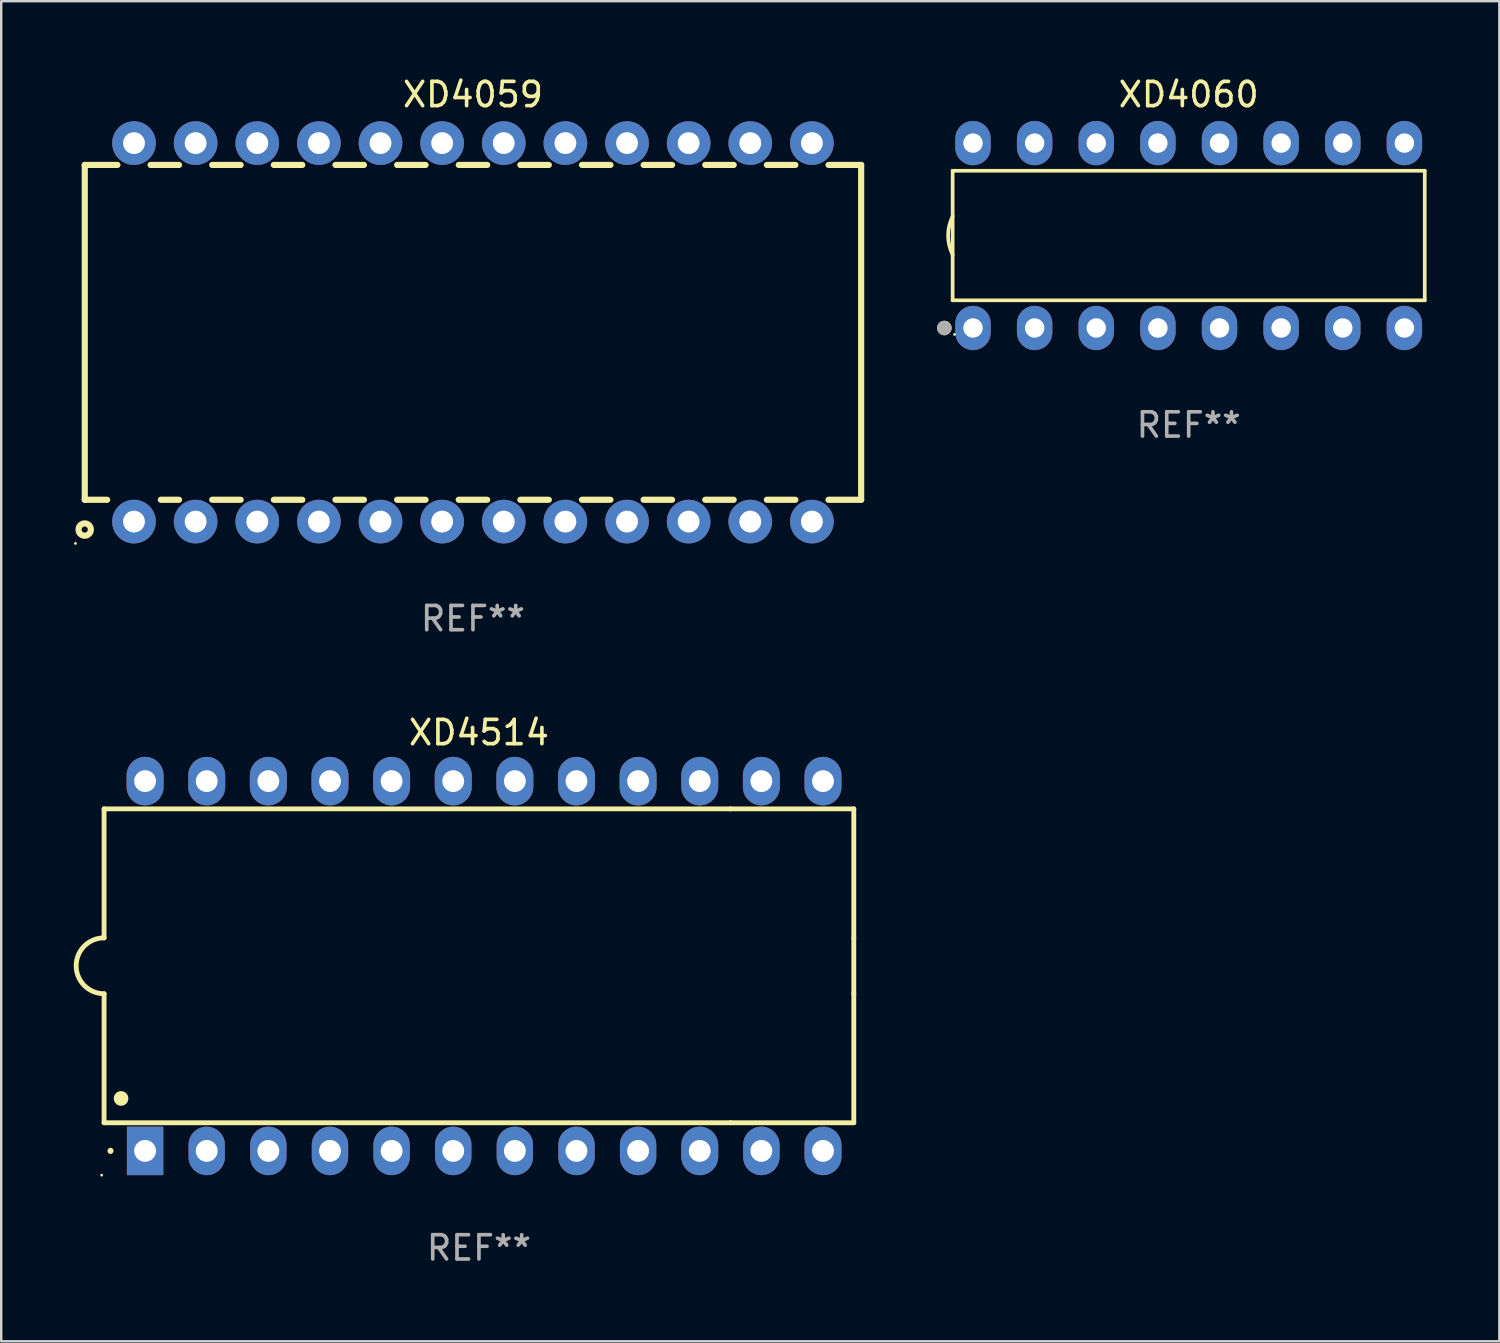
<source format=kicad_pcb>
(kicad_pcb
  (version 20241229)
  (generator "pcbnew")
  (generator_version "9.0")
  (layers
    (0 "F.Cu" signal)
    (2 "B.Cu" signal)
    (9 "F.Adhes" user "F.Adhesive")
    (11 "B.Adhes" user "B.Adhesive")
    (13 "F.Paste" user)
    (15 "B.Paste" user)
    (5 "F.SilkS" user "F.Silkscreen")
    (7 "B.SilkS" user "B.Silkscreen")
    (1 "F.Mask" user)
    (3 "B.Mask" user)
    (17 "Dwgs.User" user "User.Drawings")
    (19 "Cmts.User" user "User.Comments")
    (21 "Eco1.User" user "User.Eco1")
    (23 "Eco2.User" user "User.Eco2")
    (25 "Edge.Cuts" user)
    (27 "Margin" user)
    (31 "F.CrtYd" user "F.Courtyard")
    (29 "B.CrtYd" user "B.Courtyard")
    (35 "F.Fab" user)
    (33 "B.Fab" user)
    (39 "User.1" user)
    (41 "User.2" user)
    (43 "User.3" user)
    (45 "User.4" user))
  (footprint "XD4514"
    (layer "F.Cu")
    (at 16.69 36.765)
    (property "Reference" "XD4514" (at 0 -9.62 0) (layer "F.SilkS") (effects (font (size 1 1) (thickness 0.15))))
    (attr through_hole)
    (fp_line (start -15.45 -6.477) (end 10.37 -6.477) (stroke (width 0.2) (type solid)) (layer "F.SilkS"))
    (fp_line (start -15.45 -1.16) (end -15.45 -6.477) (stroke (width 0.2) (type solid)) (layer "F.SilkS"))
    (fp_line (start -15.45 6.46) (end -15.45 1.143) (stroke (width 0.2) (type solid)) (layer "F.SilkS"))
    (fp_line (start 10.37 -6.477) (end 15.45 -6.477) (stroke (width 0.2) (type solid)) (layer "F.SilkS"))
    (fp_line (start 10.37 6.46) (end -15.45 6.46) (stroke (width 0.2) (type solid)) (layer "F.SilkS"))
    (fp_line (start 15.45 -6.477) (end 15.45 -1.16) (stroke (width 0.2) (type solid)) (layer "F.SilkS"))
    (fp_line (start 15.45 -1.16) (end 15.45 1.143) (stroke (width 0.2) (type solid)) (layer "F.SilkS"))
    (fp_line (start 15.45 1.143) (end 15.45 6.46) (stroke (width 0.2) (type solid)) (layer "F.SilkS"))
    (fp_line (start 15.45 6.46) (end 10.37 6.46) (stroke (width 0.2) (type solid)) (layer "F.SilkS"))
    (fp_arc (start -15.449136 1.142901) (mid -16.590111 -0.008992) (end -15.449137 -1.160885) (stroke (width 0.2) (type solid)) (layer "F.SilkS"))
    (fp_arc (start -15.184976 7.619914) (mid -15.184983 7.618644) (end -15.184976 7.617374) (stroke (width 0.25) (type solid)) (layer "F.SilkS"))
    (fp_arc (start -14.750635 5.460909) (mid -14.750646 5.458369) (end -14.750635 5.455829) (stroke (width 0.6) (type solid)) (layer "F.SilkS"))
    (fp_circle (center -15.55 8.62) (end -15.52 8.62) (stroke (width 0.06) (type solid)) (fill no) (layer "F.SilkS"))
    (fp_text user "REF**" (at 0 11.62 0) (layer "F.Fab") (effects (font (size 1 1) (thickness 0.15))))
    (pad "1" thru_hole rect (at -13.76 7.62 90) (size 2 1.5) (drill 0.9) (layers "*.Cu" "*.Mask"))
    (pad "2" thru_hole oval (at -11.22 7.62 90) (size 2 1.5) (drill 0.9) (layers "*.Cu" "*.Mask"))
    (pad "3" thru_hole oval (at -8.68 7.62 90) (size 2 1.5) (drill 0.9) (layers "*.Cu" "*.Mask"))
    (pad "4" thru_hole oval (at -6.14 7.62 90) (size 2 1.5) (drill 0.9) (layers "*.Cu" "*.Mask"))
    (pad "5" thru_hole oval (at -3.6 7.62 90) (size 2 1.5) (drill 0.9) (layers "*.Cu" "*.Mask"))
    (pad "6" thru_hole oval (at -1.06 7.62 90) (size 2 1.5) (drill 0.9) (layers "*.Cu" "*.Mask"))
    (pad "7" thru_hole oval (at 1.48 7.62 90) (size 2 1.5) (drill 0.9) (layers "*.Cu" "*.Mask"))
    (pad "8" thru_hole oval (at 4.02 7.62 90) (size 2 1.5) (drill 0.9) (layers "*.Cu" "*.Mask"))
    (pad "9" thru_hole oval (at 6.56 7.62 90) (size 2 1.5) (drill 0.9) (layers "*.Cu" "*.Mask"))
    (pad "10" thru_hole oval (at 9.1 7.62 90) (size 2 1.524) (drill 0.9) (layers "*.Cu" "*.Mask"))
    (pad "11" thru_hole oval (at 11.64 7.62 90) (size 2 1.5) (drill 0.9) (layers "*.Cu" "*.Mask"))
    (pad "12" thru_hole oval (at 14.18 7.62 90) (size 2 1.524) (drill 0.9) (layers "*.Cu" "*.Mask"))
    (pad "13" thru_hole oval (at 14.18 -7.62 90) (size 2 1.524) (drill 0.9) (layers "*.Cu" "*.Mask"))
    (pad "14" thru_hole oval (at 11.64 -7.62 90) (size 2 1.524) (drill 0.9) (layers "*.Cu" "*.Mask"))
    (pad "15" thru_hole oval (at 9.1 -7.62 90) (size 2 1.524) (drill 0.9) (layers "*.Cu" "*.Mask"))
    (pad "16" thru_hole oval (at 6.56 -7.62 90) (size 2 1.524) (drill 0.9) (layers "*.Cu" "*.Mask"))
    (pad "17" thru_hole oval (at 4.02 -7.62 90) (size 2 1.524) (drill 0.9) (layers "*.Cu" "*.Mask"))
    (pad "18" thru_hole oval (at 1.48 -7.62 90) (size 2 1.524) (drill 0.9) (layers "*.Cu" "*.Mask"))
    (pad "19" thru_hole oval (at -1.06 -7.62 90) (size 2 1.524) (drill 0.9) (layers "*.Cu" "*.Mask"))
    (pad "20" thru_hole oval (at -3.6 -7.62 90) (size 2 1.524) (drill 0.9) (layers "*.Cu" "*.Mask"))
    (pad "21" thru_hole oval (at -6.14 -7.62 90) (size 2 1.524) (drill 0.9) (layers "*.Cu" "*.Mask"))
    (pad "22" thru_hole oval (at -8.68 -7.62 90) (size 2 1.524) (drill 0.9) (layers "*.Cu" "*.Mask"))
    (pad "23" thru_hole oval (at -11.22 -7.62 90) (size 2 1.524) (drill 0.9) (layers "*.Cu" "*.Mask"))
    (pad "24" thru_hole oval (at -13.76 -7.62 90) (size 2 1.524) (drill 0.9) (layers "*.Cu" "*.Mask")))
  (footprint "XD4060"
    (layer "F.Cu")
    (at 45.943 6.658)
    (property "Reference" "XD4060" (at 0 -5.81 0) (layer "F.SilkS") (effects (font (size 1 1) (thickness 0.15))))
    (attr through_hole)
    (fp_line (start -9.729 -2.669) (end 9.729 -2.669) (stroke (width 0.152) (type solid)) (layer "F.SilkS"))
    (fp_line (start -9.729 2.669) (end -9.729 -2.669) (stroke (width 0.152) (type solid)) (layer "F.SilkS"))
    (fp_line (start 9.729 -2.669) (end 9.729 2.669) (stroke (width 0.152) (type solid)) (layer "F.SilkS"))
    (fp_line (start 9.729 2.669) (end -9.729 2.669) (stroke (width 0.152) (type solid)) (layer "F.SilkS"))
    (fp_arc (start -9.728727 0.793751) (mid -9.916106 0) (end -9.728727 -0.793752) (stroke (width 0.1524) (type solid)) (layer "F.SilkS"))
    (fp_circle (center -10.072 3.81) (end -9.922 3.81) (stroke (width 0.3) (type solid)) (fill no) (layer "F.SilkS"))
    (fp_circle (center -9.653 4.075) (end -9.623 4.075) (stroke (width 0.06) (type solid)) (fill no) (layer "F.SilkS"))
    (fp_circle (center -10.072 3.81) (end -9.922 3.81) (stroke (width 0.3) (type solid)) (fill no) (layer "F.Fab"))
    (fp_text user "REF**" (at 0 7.81 0) (layer "F.Fab") (effects (font (size 1 1) (thickness 0.15))))
    (pad "1" thru_hole oval (at -8.89 3.81) (size 1.46 1.825) (drill 0.8) (layers "*.Cu" "*.Mask"))
    (pad "2" thru_hole oval (at -6.35 3.81) (size 1.46 1.825) (drill 0.8) (layers "*.Cu" "*.Mask"))
    (pad "3" thru_hole oval (at -3.81 3.81) (size 1.46 1.825) (drill 0.8) (layers "*.Cu" "*.Mask"))
    (pad "4" thru_hole oval (at -1.27 3.81) (size 1.46 1.825) (drill 0.8) (layers "*.Cu" "*.Mask"))
    (pad "5" thru_hole oval (at 1.27 3.81) (size 1.46 1.825) (drill 0.8) (layers "*.Cu" "*.Mask"))
    (pad "6" thru_hole oval (at 3.81 3.81) (size 1.46 1.825) (drill 0.8) (layers "*.Cu" "*.Mask"))
    (pad "7" thru_hole oval (at 6.35 3.81) (size 1.46 1.825) (drill 0.8) (layers "*.Cu" "*.Mask"))
    (pad "8" thru_hole oval (at 8.89 3.81) (size 1.46 1.825) (drill 0.8) (layers "*.Cu" "*.Mask"))
    (pad "9" thru_hole oval (at 8.89 -3.81) (size 1.46 1.825) (drill 0.8) (layers "*.Cu" "*.Mask"))
    (pad "10" thru_hole oval (at 6.35 -3.81) (size 1.46 1.825) (drill 0.8) (layers "*.Cu" "*.Mask"))
    (pad "11" thru_hole oval (at 3.81 -3.81) (size 1.46 1.825) (drill 0.8) (layers "*.Cu" "*.Mask"))
    (pad "12" thru_hole oval (at 1.27 -3.81) (size 1.46 1.825) (drill 0.8) (layers "*.Cu" "*.Mask"))
    (pad "13" thru_hole oval (at -1.27 -3.81) (size 1.46 1.825) (drill 0.8) (layers "*.Cu" "*.Mask"))
    (pad "14" thru_hole oval (at -3.81 -3.81) (size 1.46 1.825) (drill 0.8) (layers "*.Cu" "*.Mask"))
    (pad "15" thru_hole oval (at -6.35 -3.81) (size 1.46 1.825) (drill 0.8) (layers "*.Cu" "*.Mask"))
    (pad "16" thru_hole oval (at -8.89 -3.81) (size 1.46 1.825) (drill 0.8) (layers "*.Cu" "*.Mask")))
  (footprint "XD4059"
    (layer "F.Cu")
    (at 16.443 10.648)
    (property "Reference" "XD4059" (at 0 -9.8 0) (layer "F.SilkS") (effects (font (size 1 1) (thickness 0.15))))
    (attr through_hole)
    (fp_line (start -16 -6.9) (end -14.654 -6.9) (stroke (width 0.254) (type solid)) (layer "F.SilkS"))
    (fp_line (start -16 6.9) (end -16 -6.9) (stroke (width 0.254) (type solid)) (layer "F.SilkS"))
    (fp_line (start -15.077 6.9) (end -16 6.9) (stroke (width 0.254) (type solid)) (layer "F.SilkS"))
    (fp_line (start -13.287 -6.9) (end -12.114 -6.9) (stroke (width 0.254) (type solid)) (layer "F.SilkS"))
    (fp_line (start -12.114 6.9) (end -12.863 6.9) (stroke (width 0.254) (type solid)) (layer "F.SilkS"))
    (fp_line (start -10.747 -6.9) (end -9.574 -6.9) (stroke (width 0.254) (type solid)) (layer "F.SilkS"))
    (fp_line (start -9.574 6.9) (end -10.746 6.9) (stroke (width 0.254) (type solid)) (layer "F.SilkS"))
    (fp_line (start -8.207 -6.9) (end -7.034 -6.9) (stroke (width 0.254) (type solid)) (layer "F.SilkS"))
    (fp_line (start -7.034 6.9) (end -8.206 6.9) (stroke (width 0.254) (type solid)) (layer "F.SilkS"))
    (fp_line (start -5.666 -6.9) (end -4.494 -6.9) (stroke (width 0.254) (type solid)) (layer "F.SilkS"))
    (fp_line (start -4.494 6.9) (end -5.666 6.9) (stroke (width 0.254) (type solid)) (layer "F.SilkS"))
    (fp_line (start -3.126 -6.9) (end -1.954 -6.9) (stroke (width 0.254) (type solid)) (layer "F.SilkS"))
    (fp_line (start -1.954 6.9) (end -3.126 6.9) (stroke (width 0.254) (type solid)) (layer "F.SilkS"))
    (fp_line (start -0.586 -6.9) (end 0.586 -6.9) (stroke (width 0.254) (type solid)) (layer "F.SilkS"))
    (fp_line (start 0.586 6.9) (end -0.586 6.9) (stroke (width 0.254) (type solid)) (layer "F.SilkS"))
    (fp_line (start 1.954 -6.9) (end 3.126 -6.9) (stroke (width 0.254) (type solid)) (layer "F.SilkS"))
    (fp_line (start 3.126 6.9) (end 1.954 6.9) (stroke (width 0.254) (type solid)) (layer "F.SilkS"))
    (fp_line (start 4.494 -6.9) (end 5.666 -6.9) (stroke (width 0.254) (type solid)) (layer "F.SilkS"))
    (fp_line (start 5.666 6.9) (end 4.494 6.9) (stroke (width 0.254) (type solid)) (layer "F.SilkS"))
    (fp_line (start 7.034 -6.9) (end 8.207 -6.9) (stroke (width 0.254) (type solid)) (layer "F.SilkS"))
    (fp_line (start 8.206 6.9) (end 7.034 6.9) (stroke (width 0.254) (type solid)) (layer "F.SilkS"))
    (fp_line (start 9.574 -6.9) (end 10.747 -6.9) (stroke (width 0.254) (type solid)) (layer "F.SilkS"))
    (fp_line (start 10.746 6.9) (end 9.574 6.9) (stroke (width 0.254) (type solid)) (layer "F.SilkS"))
    (fp_line (start 12.114 -6.9) (end 13.287 -6.9) (stroke (width 0.254) (type solid)) (layer "F.SilkS"))
    (fp_line (start 13.287 6.9) (end 12.114 6.9) (stroke (width 0.254) (type solid)) (layer "F.SilkS"))
    (fp_line (start 14.654 -6.9) (end 16 -6.9) (stroke (width 0.254) (type solid)) (layer "F.SilkS"))
    (fp_line (start 16 -6.9) (end 16 6.9) (stroke (width 0.254) (type solid)) (layer "F.SilkS"))
    (fp_line (start 16 6.9) (end 14.654 6.9) (stroke (width 0.254) (type solid)) (layer "F.SilkS"))
    (fp_circle (center -16.383 8.7) (end -16.353 8.7) (stroke (width 0.06) (type solid)) (fill no) (layer "F.SilkS"))
    (fp_circle (center -16.002 8.128) (end -15.748 8.128) (stroke (width 0.254) (type solid)) (fill no) (layer "F.SilkS"))
    (fp_text user "REF**" (at 0 11.8 0) (layer "F.Fab") (effects (font (size 1 1) (thickness 0.15))))
    (pad "1" thru_hole circle (at -13.97 7.8) (size 1.8 1.8) (drill 0.9) (layers "*.Cu" "*.Mask"))
    (pad "2" thru_hole circle (at -11.43 7.8) (size 1.8 1.8) (drill 0.9) (layers "*.Cu" "*.Mask"))
    (pad "3" thru_hole circle (at -8.89 7.8) (size 1.8 1.8) (drill 0.9) (layers "*.Cu" "*.Mask"))
    (pad "4" thru_hole circle (at -6.35 7.8) (size 1.8 1.8) (drill 0.9) (layers "*.Cu" "*.Mask"))
    (pad "5" thru_hole circle (at -3.81 7.8) (size 1.8 1.8) (drill 0.9) (layers "*.Cu" "*.Mask"))
    (pad "6" thru_hole circle (at -1.27 7.8) (size 1.8 1.8) (drill 0.9) (layers "*.Cu" "*.Mask"))
    (pad "7" thru_hole circle (at 1.27 7.8) (size 1.8 1.8) (drill 0.9) (layers "*.Cu" "*.Mask"))
    (pad "8" thru_hole circle (at 3.81 7.8) (size 1.8 1.8) (drill 0.9) (layers "*.Cu" "*.Mask"))
    (pad "9" thru_hole circle (at 6.35 7.8) (size 1.8 1.8) (drill 0.9) (layers "*.Cu" "*.Mask"))
    (pad "10" thru_hole circle (at 8.89 7.8) (size 1.8 1.8) (drill 0.9) (layers "*.Cu" "*.Mask"))
    (pad "11" thru_hole circle (at 11.43 7.8) (size 1.8 1.8) (drill 0.9) (layers "*.Cu" "*.Mask"))
    (pad "12" thru_hole circle (at 13.97 7.8) (size 1.8 1.8) (drill 0.9) (layers "*.Cu" "*.Mask"))
    (pad "13" thru_hole circle (at 13.97 -7.8) (size 1.8 1.8) (drill 0.9) (layers "*.Cu" "*.Mask"))
    (pad "14" thru_hole circle (at 11.43 -7.8) (size 1.8 1.8) (drill 0.9) (layers "*.Cu" "*.Mask"))
    (pad "15" thru_hole circle (at 8.89 -7.8) (size 1.8 1.8) (drill 0.9) (layers "*.Cu" "*.Mask"))
    (pad "16" thru_hole circle (at 6.35 -7.8) (size 1.8 1.8) (drill 0.9) (layers "*.Cu" "*.Mask"))
    (pad "17" thru_hole circle (at 3.81 -7.8) (size 1.8 1.8) (drill 0.9) (layers "*.Cu" "*.Mask"))
    (pad "18" thru_hole circle (at 1.27 -7.8) (size 1.8 1.8) (drill 0.9) (layers "*.Cu" "*.Mask"))
    (pad "19" thru_hole circle (at -1.27 -7.8) (size 1.8 1.8) (drill 0.9) (layers "*.Cu" "*.Mask"))
    (pad "20" thru_hole circle (at -3.81 -7.8) (size 1.8 1.8) (drill 0.9) (layers "*.Cu" "*.Mask"))
    (pad "21" thru_hole circle (at -6.35 -7.8) (size 1.8 1.8) (drill 0.9) (layers "*.Cu" "*.Mask"))
    (pad "22" thru_hole circle (at -8.89 -7.8) (size 1.8 1.8) (drill 0.9) (layers "*.Cu" "*.Mask"))
    (pad "23" thru_hole circle (at -11.43 -7.8) (size 1.8 1.8) (drill 0.9) (layers "*.Cu" "*.Mask"))
    (pad "24" thru_hole circle (at -13.97 -7.8) (size 1.8 1.8) (drill 0.9) (layers "*.Cu" "*.Mask")))
  (gr_rect
    (start -3 -3)
    (end 58.747 52.233)
    (stroke (width 0.1) (type default))
    (fill no)
    (layer "Edge.Cuts")))
</source>
